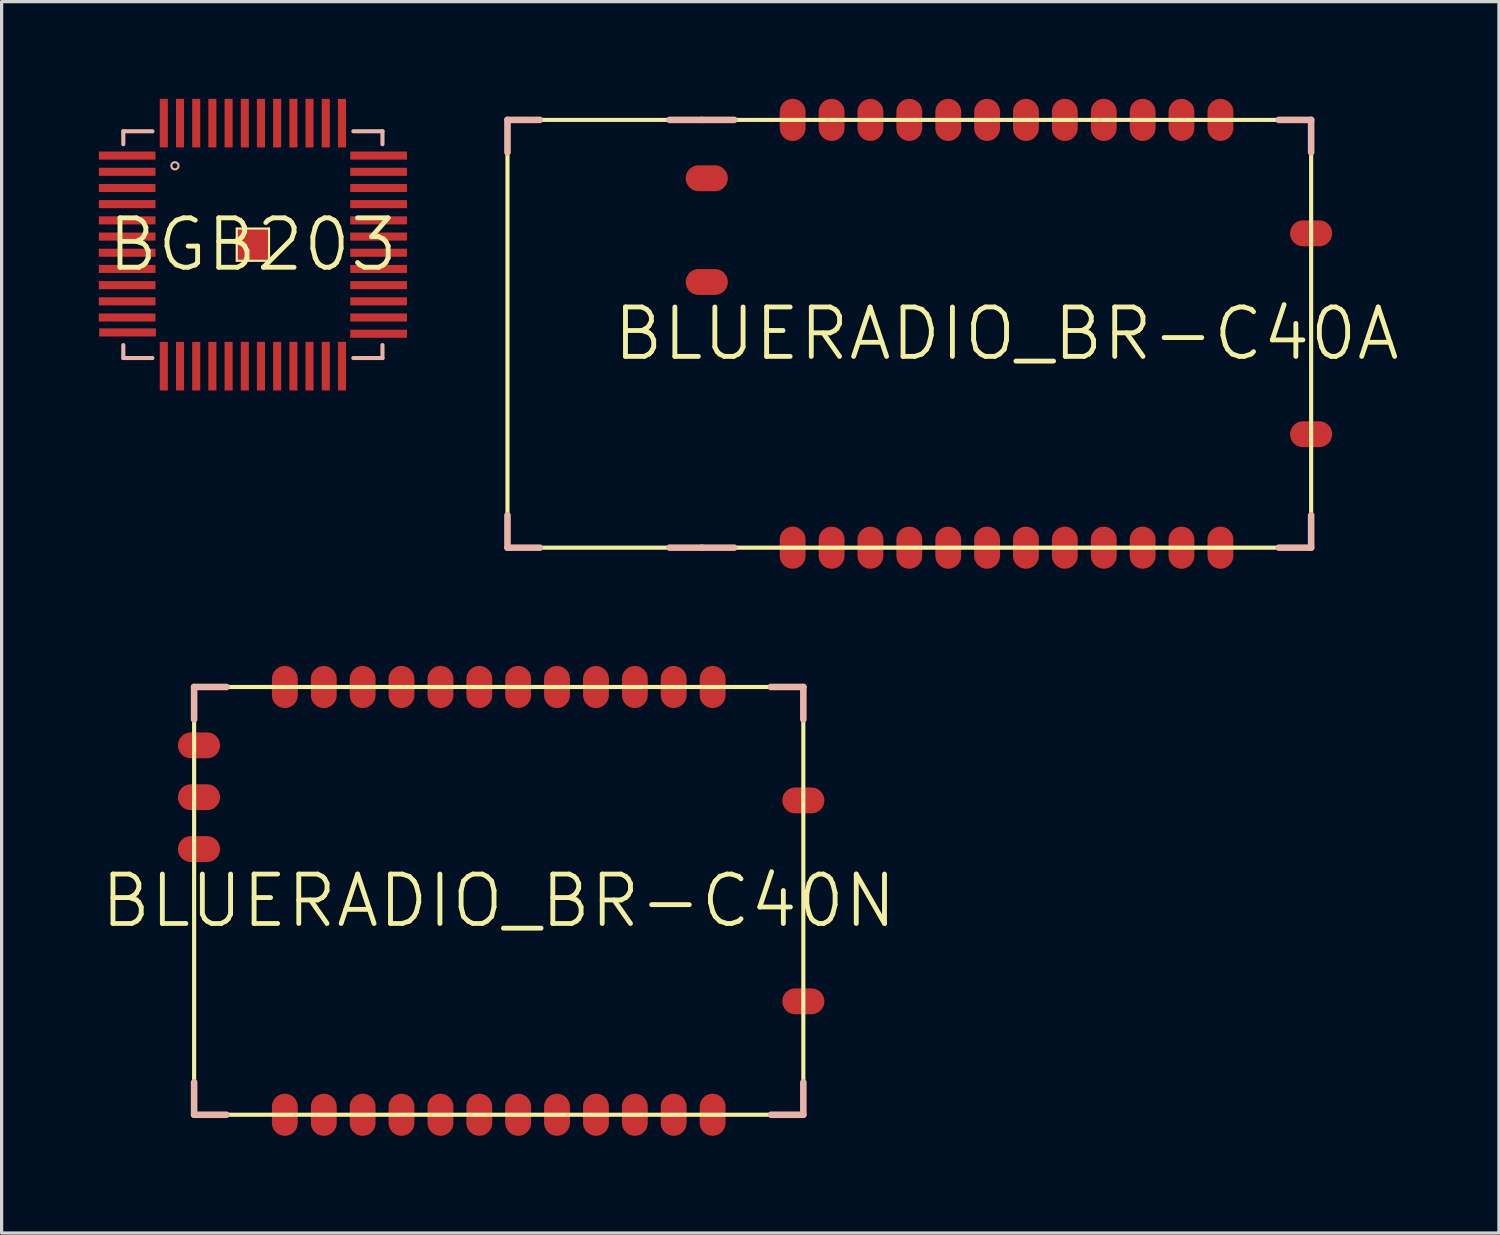
<source format=kicad_pcb>
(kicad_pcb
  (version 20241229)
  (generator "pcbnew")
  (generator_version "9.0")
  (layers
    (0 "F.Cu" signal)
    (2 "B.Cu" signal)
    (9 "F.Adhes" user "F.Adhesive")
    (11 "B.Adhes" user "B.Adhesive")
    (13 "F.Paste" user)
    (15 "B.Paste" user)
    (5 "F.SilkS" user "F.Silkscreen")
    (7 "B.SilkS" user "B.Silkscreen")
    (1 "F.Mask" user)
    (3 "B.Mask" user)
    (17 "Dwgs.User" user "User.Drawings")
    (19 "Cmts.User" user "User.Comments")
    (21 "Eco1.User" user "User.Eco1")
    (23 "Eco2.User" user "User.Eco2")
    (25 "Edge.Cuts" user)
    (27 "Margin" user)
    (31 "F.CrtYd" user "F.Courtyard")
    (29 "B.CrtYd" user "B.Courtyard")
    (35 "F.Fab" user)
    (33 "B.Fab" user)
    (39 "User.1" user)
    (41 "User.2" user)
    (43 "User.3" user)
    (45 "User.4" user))
  (footprint "BLUERADIO_BR-C40A"
    (layer "F.Cu")
    (at 28.004 7.248)
    (property "Reference" "BLUERADIO_BR-C40A" (at 0 0 0) (layer "F.SilkS") (effects (font (size 1.524 1.524) (thickness 0.15))))
    (attr smd)
    (fp_line (start -15.397 -6.599) (end -15.397 6.599) (stroke (width 0.127) (type solid)) (layer "F.SilkS"))
    (fp_line (start -15.397 6.599) (end -9.398 6.599) (stroke (width 0.127) (type solid)) (layer "F.SilkS"))
    (fp_line (start -9.398 -6.599) (end -15.397 -6.599) (stroke (width 0.127) (type solid)) (layer "F.SilkS"))
    (fp_line (start -9.398 6.599) (end 9.398 6.599) (stroke (width 0.127) (type solid)) (layer "F.SilkS"))
    (fp_line (start 9.398 -6.599) (end -9.398 -6.599) (stroke (width 0.127) (type solid)) (layer "F.SilkS"))
    (fp_line (start 9.398 6.599) (end 9.398 -6.599) (stroke (width 0.127) (type solid)) (layer "F.SilkS"))
    (fp_line (start -15.397 -6.599) (end -15.397 -5.598) (stroke (width 0.203) (type solid)) (layer "B.SilkS"))
    (fp_line (start -15.397 -6.599) (end -14.399 -6.599) (stroke (width 0.203) (type solid)) (layer "B.SilkS"))
    (fp_line (start -15.397 6.599) (end -15.397 5.598) (stroke (width 0.203) (type solid)) (layer "B.SilkS"))
    (fp_line (start -15.397 6.599) (end -14.399 6.599) (stroke (width 0.203) (type solid)) (layer "B.SilkS"))
    (fp_line (start -10.399 -6.599) (end -9.398 -6.599) (stroke (width 0.203) (type solid)) (layer "B.SilkS"))
    (fp_line (start -9.398 -6.599) (end -8.4 -6.599) (stroke (width 0.203) (type solid)) (layer "B.SilkS"))
    (fp_line (start -9.398 6.599) (end -10.399 6.599) (stroke (width 0.203) (type solid)) (layer "B.SilkS"))
    (fp_line (start -8.4 6.599) (end -9.398 6.599) (stroke (width 0.203) (type solid)) (layer "B.SilkS"))
    (fp_line (start 9.398 -6.599) (end 8.4 -6.599) (stroke (width 0.203) (type solid)) (layer "B.SilkS"))
    (fp_line (start 9.398 -6.599) (end 9.398 -5.598) (stroke (width 0.203) (type solid)) (layer "B.SilkS"))
    (fp_line (start 9.398 6.599) (end 8.4 6.599) (stroke (width 0.203) (type solid)) (layer "B.SilkS"))
    (fp_line (start 9.398 6.599) (end 9.398 5.598) (stroke (width 0.203) (type solid)) (layer "B.SilkS"))
    (pad "1" smd oval (at -6.599 6.599) (size 0.798 1.298) (layers "F.Cu" "F.Mask" "F.Paste"))
    (pad "2" smd oval (at -5.397 6.599) (size 0.798 1.298) (layers "F.Cu" "F.Mask" "F.Paste"))
    (pad "3" smd oval (at -4.199 6.599) (size 0.798 1.298) (layers "F.Cu" "F.Mask" "F.Paste"))
    (pad "4" smd oval (at -3 6.599) (size 0.798 1.298) (layers "F.Cu" "F.Mask" "F.Paste"))
    (pad "5" smd oval (at -1.798 6.599) (size 0.798 1.298) (layers "F.Cu" "F.Mask" "F.Paste"))
    (pad "6" smd oval (at -0.599 6.599) (size 0.798 1.298) (layers "F.Cu" "F.Mask" "F.Paste"))
    (pad "7" smd oval (at 0.599 6.599) (size 0.798 1.298) (layers "F.Cu" "F.Mask" "F.Paste"))
    (pad "8" smd oval (at 1.798 6.599) (size 0.798 1.298) (layers "F.Cu" "F.Mask" "F.Paste"))
    (pad "9" smd oval (at 3 6.599) (size 0.798 1.298) (layers "F.Cu" "F.Mask" "F.Paste"))
    (pad "10" smd oval (at 4.199 6.599) (size 0.798 1.298) (layers "F.Cu" "F.Mask" "F.Paste"))
    (pad "11" smd oval (at 5.397 6.599) (size 0.798 1.298) (layers "F.Cu" "F.Mask" "F.Paste"))
    (pad "12" smd oval (at 6.599 6.599) (size 0.798 1.298) (layers "F.Cu" "F.Mask" "F.Paste"))
    (pad "13" smd oval (at 6.599 -6.599) (size 0.798 1.298) (layers "F.Cu" "F.Mask" "F.Paste"))
    (pad "14" smd oval (at 5.397 -6.599) (size 0.798 1.298) (layers "F.Cu" "F.Mask" "F.Paste"))
    (pad "15" smd oval (at 4.199 -6.599) (size 0.798 1.298) (layers "F.Cu" "F.Mask" "F.Paste"))
    (pad "16" smd oval (at 3 -6.599) (size 0.798 1.298) (layers "F.Cu" "F.Mask" "F.Paste"))
    (pad "17" smd oval (at 1.798 -6.599) (size 0.798 1.298) (layers "F.Cu" "F.Mask" "F.Paste"))
    (pad "18" smd oval (at 0.599 -6.599) (size 0.798 1.298) (layers "F.Cu" "F.Mask" "F.Paste"))
    (pad "19" smd oval (at -0.599 -6.599) (size 0.798 1.298) (layers "F.Cu" "F.Mask" "F.Paste"))
    (pad "20" smd oval (at -1.798 -6.599) (size 0.798 1.298) (layers "F.Cu" "F.Mask" "F.Paste"))
    (pad "21" smd oval (at -3 -6.599) (size 0.798 1.298) (layers "F.Cu" "F.Mask" "F.Paste"))
    (pad "22" smd oval (at -4.199 -6.599) (size 0.798 1.298) (layers "F.Cu" "F.Mask" "F.Paste"))
    (pad "23" smd oval (at -5.397 -6.599) (size 0.798 1.298) (layers "F.Cu" "F.Mask" "F.Paste"))
    (pad "24" smd oval (at -6.599 -6.599) (size 0.798 1.298) (layers "F.Cu" "F.Mask" "F.Paste"))
    (pad "25" smd oval (at -9.248 -4.798 90) (size 0.798 1.298) (layers "F.Cu" "F.Mask" "F.Paste"))
    (pad "27" smd oval (at -9.248 -1.598 90) (size 0.798 1.298) (layers "F.Cu" "F.Mask" "F.Paste"))
    (pad "28" smd oval (at 9.398 -3.099 90) (size 0.798 1.298) (layers "F.Cu" "F.Mask" "F.Paste"))
    (pad "29" smd oval (at 9.398 3.099 90) (size 0.798 1.298) (layers "F.Cu" "F.Mask" "F.Paste")))
  (footprint "BLUERADIO_BR-C40N"
    (layer "F.Cu")
    (at 12.337 24.744)
    (property "Reference" "BLUERADIO_BR-C40N" (at 0 0 0) (layer "F.SilkS") (effects (font (size 1.524 1.524) (thickness 0.15))))
    (attr smd)
    (fp_line (start -9.398 -6.599) (end -9.398 6.599) (stroke (width 0.127) (type solid)) (layer "F.SilkS"))
    (fp_line (start -9.398 6.599) (end 9.398 6.599) (stroke (width 0.127) (type solid)) (layer "F.SilkS"))
    (fp_line (start 9.398 -6.599) (end -9.398 -6.599) (stroke (width 0.127) (type solid)) (layer "F.SilkS"))
    (fp_line (start 9.398 6.599) (end 9.398 -6.599) (stroke (width 0.127) (type solid)) (layer "F.SilkS"))
    (fp_line (start -9.398 -6.599) (end -9.398 -5.598) (stroke (width 0.203) (type solid)) (layer "B.SilkS"))
    (fp_line (start -9.398 -6.599) (end -8.4 -6.599) (stroke (width 0.203) (type solid)) (layer "B.SilkS"))
    (fp_line (start -9.398 6.599) (end -9.398 5.598) (stroke (width 0.203) (type solid)) (layer "B.SilkS"))
    (fp_line (start -8.4 6.599) (end -9.398 6.599) (stroke (width 0.203) (type solid)) (layer "B.SilkS"))
    (fp_line (start 9.398 -6.599) (end 8.4 -6.599) (stroke (width 0.203) (type solid)) (layer "B.SilkS"))
    (fp_line (start 9.398 -6.599) (end 9.398 -5.598) (stroke (width 0.203) (type solid)) (layer "B.SilkS"))
    (fp_line (start 9.398 6.599) (end 8.4 6.599) (stroke (width 0.203) (type solid)) (layer "B.SilkS"))
    (fp_line (start 9.398 6.599) (end 9.398 5.598) (stroke (width 0.203) (type solid)) (layer "B.SilkS"))
    (pad "1" smd oval (at -6.599 6.599) (size 0.798 1.298) (layers "F.Cu" "F.Mask" "F.Paste"))
    (pad "2" smd oval (at -5.397 6.599) (size 0.798 1.298) (layers "F.Cu" "F.Mask" "F.Paste"))
    (pad "3" smd oval (at -4.199 6.599) (size 0.798 1.298) (layers "F.Cu" "F.Mask" "F.Paste"))
    (pad "4" smd oval (at -3 6.599) (size 0.798 1.298) (layers "F.Cu" "F.Mask" "F.Paste"))
    (pad "5" smd oval (at -1.798 6.599) (size 0.798 1.298) (layers "F.Cu" "F.Mask" "F.Paste"))
    (pad "6" smd oval (at -0.599 6.599) (size 0.798 1.298) (layers "F.Cu" "F.Mask" "F.Paste"))
    (pad "7" smd oval (at 0.599 6.599) (size 0.798 1.298) (layers "F.Cu" "F.Mask" "F.Paste"))
    (pad "8" smd oval (at 1.798 6.599) (size 0.798 1.298) (layers "F.Cu" "F.Mask" "F.Paste"))
    (pad "9" smd oval (at 3 6.599) (size 0.798 1.298) (layers "F.Cu" "F.Mask" "F.Paste"))
    (pad "10" smd oval (at 4.199 6.599) (size 0.798 1.298) (layers "F.Cu" "F.Mask" "F.Paste"))
    (pad "11" smd oval (at 5.397 6.599) (size 0.798 1.298) (layers "F.Cu" "F.Mask" "F.Paste"))
    (pad "12" smd oval (at 6.599 6.599) (size 0.798 1.298) (layers "F.Cu" "F.Mask" "F.Paste"))
    (pad "13" smd oval (at 6.599 -6.599) (size 0.798 1.298) (layers "F.Cu" "F.Mask" "F.Paste"))
    (pad "14" smd oval (at 5.397 -6.599) (size 0.798 1.298) (layers "F.Cu" "F.Mask" "F.Paste"))
    (pad "15" smd oval (at 4.199 -6.599) (size 0.798 1.298) (layers "F.Cu" "F.Mask" "F.Paste"))
    (pad "16" smd oval (at 3 -6.599) (size 0.798 1.298) (layers "F.Cu" "F.Mask" "F.Paste"))
    (pad "17" smd oval (at 1.798 -6.599) (size 0.798 1.298) (layers "F.Cu" "F.Mask" "F.Paste"))
    (pad "18" smd oval (at 0.599 -6.599) (size 0.798 1.298) (layers "F.Cu" "F.Mask" "F.Paste"))
    (pad "19" smd oval (at -0.599 -6.599) (size 0.798 1.298) (layers "F.Cu" "F.Mask" "F.Paste"))
    (pad "20" smd oval (at -1.798 -6.599) (size 0.798 1.298) (layers "F.Cu" "F.Mask" "F.Paste"))
    (pad "21" smd oval (at -3 -6.599) (size 0.798 1.298) (layers "F.Cu" "F.Mask" "F.Paste"))
    (pad "22" smd oval (at -4.199 -6.599) (size 0.798 1.298) (layers "F.Cu" "F.Mask" "F.Paste"))
    (pad "23" smd oval (at -5.397 -6.599) (size 0.798 1.298) (layers "F.Cu" "F.Mask" "F.Paste"))
    (pad "24" smd oval (at -6.599 -6.599) (size 0.798 1.298) (layers "F.Cu" "F.Mask" "F.Paste"))
    (pad "25" smd oval (at -9.248 -4.798 90) (size 0.798 1.298) (layers "F.Cu" "F.Mask" "F.Paste"))
    (pad "26" smd oval (at -9.248 -3.198 90) (size 0.798 1.298) (layers "F.Cu" "F.Mask" "F.Paste"))
    (pad "27" smd oval (at -9.248 -1.598 90) (size 0.798 1.298) (layers "F.Cu" "F.Mask" "F.Paste"))
    (pad "28" smd oval (at 9.398 -3.099 90) (size 0.798 1.298) (layers "F.Cu" "F.Mask" "F.Paste"))
    (pad "29" smd oval (at 9.398 3.099 90) (size 0.798 1.298) (layers "F.Cu" "F.Mask" "F.Paste")))
  (footprint "BGB203"
    (layer "F.Cu")
    (at 4.752 4.498)
    (property "Reference" "BGB203" (at 0 0 0) (layer "F.SilkS") (effects (font (size 1.524 1.524) (thickness 0.15))))
    (attr smd)
    (fp_line (start -0.498 -0.498) (end 0.498 -0.498) (stroke (width 0.066) (type solid)) (layer "F.SilkS"))
    (fp_line (start -0.498 0.498) (end -0.498 -0.498) (stroke (width 0.066) (type solid)) (layer "F.SilkS"))
    (fp_line (start -0.498 0.498) (end 0.498 0.498) (stroke (width 0.066) (type solid)) (layer "F.SilkS"))
    (fp_line (start 0.498 0.498) (end 0.498 -0.498) (stroke (width 0.066) (type solid)) (layer "F.SilkS"))
    (fp_line (start -3.998 -3.498) (end -3.998 -3.099) (stroke (width 0.127) (type solid)) (layer "B.SilkS"))
    (fp_line (start -3.998 -3.498) (end -3.099 -3.498) (stroke (width 0.127) (type solid)) (layer "B.SilkS"))
    (fp_line (start -3.998 3.498) (end -3.998 3.099) (stroke (width 0.127) (type solid)) (layer "B.SilkS"))
    (fp_line (start -3.998 3.498) (end -3.099 3.498) (stroke (width 0.127) (type solid)) (layer "B.SilkS"))
    (fp_line (start 3.998 -3.498) (end 3.099 -3.498) (stroke (width 0.127) (type solid)) (layer "B.SilkS"))
    (fp_line (start 3.998 -3.498) (end 3.998 -3.099) (stroke (width 0.127) (type solid)) (layer "B.SilkS"))
    (fp_line (start 3.998 3.498) (end 3.099 3.498) (stroke (width 0.127) (type solid)) (layer "B.SilkS"))
    (fp_line (start 3.998 3.498) (end 3.998 3.099) (stroke (width 0.127) (type solid)) (layer "B.SilkS"))
    (fp_circle (center -2.405 -2.433) (end -2.484 -2.512) (stroke (width 0.064) (type solid)) (fill no) (layer "B.SilkS"))
    (pad "1" smd rect (at -3.879 -2.748 90) (size 0.249 1.748) (layers "F.Cu" "F.Mask" "F.Paste"))
    (pad "2" smd rect (at -3.879 -2.248 90) (size 0.249 1.748) (layers "F.Cu" "F.Mask" "F.Paste"))
    (pad "3" smd rect (at -3.879 -1.748 90) (size 0.249 1.748) (layers "F.Cu" "F.Mask" "F.Paste"))
    (pad "4" smd rect (at -3.879 -1.25 90) (size 0.249 1.748) (layers "F.Cu" "F.Mask" "F.Paste"))
    (pad "5" smd rect (at -3.879 -0.749 90) (size 0.249 1.748) (layers "F.Cu" "F.Mask" "F.Paste"))
    (pad "6" smd rect (at -3.879 -0.249 90) (size 0.249 1.748) (layers "F.Cu" "F.Mask" "F.Paste"))
    (pad "7" smd rect (at -3.879 0.249 90) (size 0.249 1.748) (layers "F.Cu" "F.Mask" "F.Paste"))
    (pad "8" smd rect (at -3.879 0.749 90) (size 0.249 1.748) (layers "F.Cu" "F.Mask" "F.Paste"))
    (pad "9" smd rect (at -3.879 1.25 90) (size 0.249 1.748) (layers "F.Cu" "F.Mask" "F.Paste"))
    (pad "10" smd rect (at -3.879 1.748 90) (size 0.249 1.748) (layers "F.Cu" "F.Mask" "F.Paste"))
    (pad "11" smd rect (at -3.879 2.248 90) (size 0.249 1.748) (layers "F.Cu" "F.Mask" "F.Paste"))
    (pad "12" smd rect (at -3.868 2.708 90) (size 0.249 1.748) (layers "F.Cu" "F.Mask" "F.Paste"))
    (pad "13" smd rect (at -2.748 3.749 180) (size 0.249 1.499) (layers "F.Cu" "F.Mask" "F.Paste"))
    (pad "14" smd rect (at -2.248 3.749 180) (size 0.249 1.499) (layers "F.Cu" "F.Mask" "F.Paste"))
    (pad "15" smd rect (at -1.748 3.749 180) (size 0.249 1.499) (layers "F.Cu" "F.Mask" "F.Paste"))
    (pad "16" smd rect (at -1.25 3.749 180) (size 0.249 1.499) (layers "F.Cu" "F.Mask" "F.Paste"))
    (pad "17" smd rect (at -0.749 3.749 180) (size 0.249 1.499) (layers "F.Cu" "F.Mask" "F.Paste"))
    (pad "18" smd rect (at -0.249 3.749 180) (size 0.249 1.499) (layers "F.Cu" "F.Mask" "F.Paste"))
    (pad "19" smd rect (at 0.249 3.749 180) (size 0.249 1.499) (layers "F.Cu" "F.Mask" "F.Paste"))
    (pad "20" smd rect (at 0.749 3.749 180) (size 0.249 1.499) (layers "F.Cu" "F.Mask" "F.Paste"))
    (pad "21" smd rect (at 1.25 3.749 180) (size 0.249 1.499) (layers "F.Cu" "F.Mask" "F.Paste"))
    (pad "22" smd rect (at 1.748 3.749 180) (size 0.249 1.499) (layers "F.Cu" "F.Mask" "F.Paste"))
    (pad "23" smd rect (at 2.248 3.749 180) (size 0.249 1.499) (layers "F.Cu" "F.Mask" "F.Paste"))
    (pad "24" smd rect (at 2.748 3.749 180) (size 0.249 1.499) (layers "F.Cu" "F.Mask" "F.Paste"))
    (pad "25" smd rect (at 3.879 2.748 90) (size 0.249 1.748) (layers "F.Cu" "F.Mask" "F.Paste"))
    (pad "26" smd rect (at 3.879 2.248 90) (size 0.249 1.748) (layers "F.Cu" "F.Mask" "F.Paste"))
    (pad "27" smd rect (at 3.879 1.748 90) (size 0.249 1.748) (layers "F.Cu" "F.Mask" "F.Paste"))
    (pad "28" smd rect (at 3.879 1.25 90) (size 0.249 1.748) (layers "F.Cu" "F.Mask" "F.Paste"))
    (pad "29" smd rect (at 3.879 0.749 90) (size 0.249 1.748) (layers "F.Cu" "F.Mask" "F.Paste"))
    (pad "30" smd rect (at 3.879 0.249 90) (size 0.249 1.748) (layers "F.Cu" "F.Mask" "F.Paste"))
    (pad "31" smd rect (at 3.879 -0.249 90) (size 0.249 1.748) (layers "F.Cu" "F.Mask" "F.Paste"))
    (pad "32" smd rect (at 3.879 -0.749 90) (size 0.249 1.748) (layers "F.Cu" "F.Mask" "F.Paste"))
    (pad "33" smd rect (at 3.879 -1.25 90) (size 0.249 1.748) (layers "F.Cu" "F.Mask" "F.Paste"))
    (pad "34" smd rect (at 3.879 -1.748 90) (size 0.249 1.748) (layers "F.Cu" "F.Mask" "F.Paste"))
    (pad "35" smd rect (at 3.879 -2.248 90) (size 0.249 1.748) (layers "F.Cu" "F.Mask" "F.Paste"))
    (pad "36" smd rect (at 3.879 -2.748 90) (size 0.249 1.748) (layers "F.Cu" "F.Mask" "F.Paste"))
    (pad "37" smd rect (at 2.748 -3.749 180) (size 0.249 1.499) (layers "F.Cu" "F.Mask" "F.Paste"))
    (pad "38" smd rect (at 2.248 -3.749 180) (size 0.249 1.499) (layers "F.Cu" "F.Mask" "F.Paste"))
    (pad "39" smd rect (at 1.748 -3.749 180) (size 0.249 1.499) (layers "F.Cu" "F.Mask" "F.Paste"))
    (pad "40" smd rect (at 1.25 -3.749 180) (size 0.249 1.499) (layers "F.Cu" "F.Mask" "F.Paste"))
    (pad "41" smd rect (at 0.749 -3.749 180) (size 0.249 1.499) (layers "F.Cu" "F.Mask" "F.Paste"))
    (pad "42" smd rect (at 0.249 -3.749 180) (size 0.249 1.499) (layers "F.Cu" "F.Mask" "F.Paste"))
    (pad "43" smd rect (at -0.249 -3.749 180) (size 0.249 1.499) (layers "F.Cu" "F.Mask" "F.Paste"))
    (pad "44" smd rect (at -0.749 -3.749 180) (size 0.249 1.499) (layers "F.Cu" "F.Mask" "F.Paste"))
    (pad "45" smd rect (at -1.25 -3.749 180) (size 0.249 1.499) (layers "F.Cu" "F.Mask" "F.Paste"))
    (pad "46" smd rect (at -1.748 -3.749 180) (size 0.249 1.499) (layers "F.Cu" "F.Mask" "F.Paste"))
    (pad "47" smd rect (at -2.248 -3.749 180) (size 0.249 1.499) (layers "F.Cu" "F.Mask" "F.Paste"))
    (pad "48" smd rect (at -2.748 -3.749 180) (size 0.249 1.499) (layers "F.Cu" "F.Mask" "F.Paste"))
    (pad "49" smd rect (at 0 0) (size 0.998 0.998) (layers "F.Cu" "F.Mask" "F.Paste")))
  (gr_rect
    (start -3 -3)
    (end 43.196 34.992)
    (stroke (width 0.1) (type default))
    (fill no)
    (layer "Edge.Cuts")))
</source>
